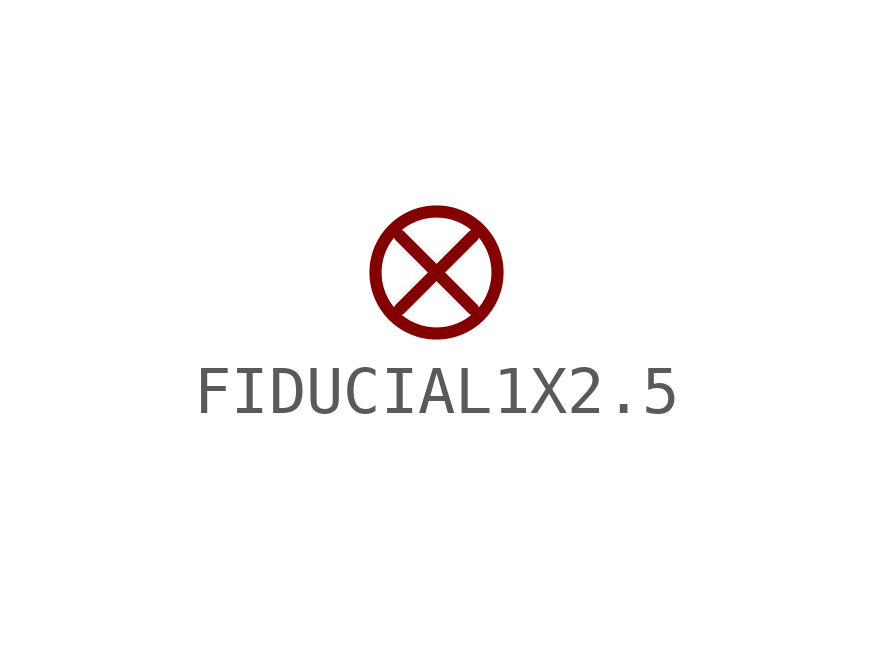
<source format=kicad_sym>
(kicad_symbol_lib
  (version 20241209)
  (generator "kicad_symbol_editor")
  (generator_version "9.0")
  (symbol "FIDUCIAL1X2.5"
    (property "Reference" "FID"
      (at 0 0 0)
      (effects (font (size 1.27 1.27)) (hide yes)))
    (property "ki_locked" ""
      (at 0 0 0)
      (effects (font (size 1.27 1.27))))
    (symbol "FIDUCIAL1X2.5_1_0"
      (polyline (pts (xy -0.762 0.762) (xy 0.762 -0.762)) (stroke (width 0.254) (type solid)) (fill (type none)))
      (circle (center 0 0) (radius 1.27) (stroke (width 0.254) (type solid)) (fill (type none)))
      (polyline (pts (xy 0.762 0.762) (xy -0.762 -0.762)) (stroke (width 0.254) (type solid)) (fill (type none))))))
</source>
